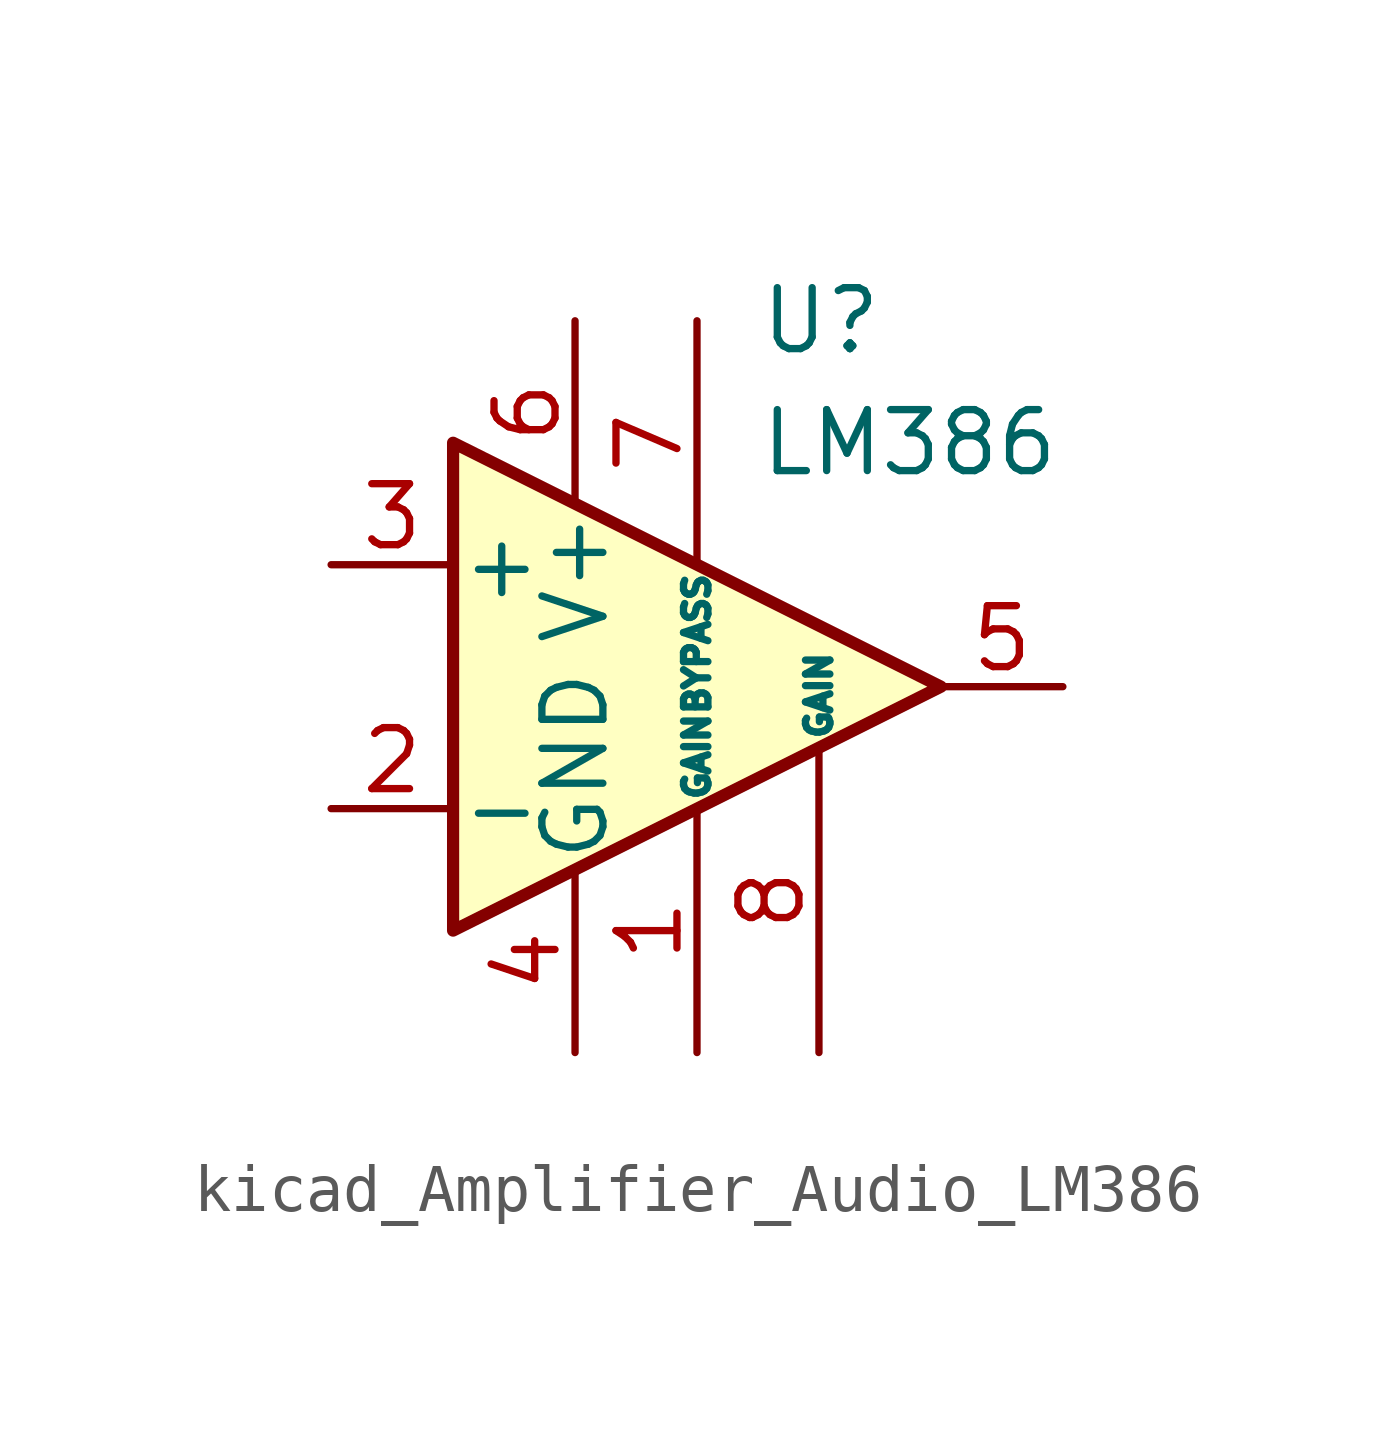
<source format=kicad_sym>
(kicad_symbol_lib
  (version 20220914)
  (generator kicad_symbol_editor)
  (symbol "kicad_Amplifier_Audio_LM386"
    (pin_names
      (offset 0.127))
    (property "Reference" "U"
      (at 1.27 7.62 0)
      (effects (font (size 1.27 1.27)) (justify left)))
    (property "Value" "LM386"
      (at 1.27 5.08 0)
      (effects (font (size 1.27 1.27)) (justify left)))
    (symbol "kicad_Amplifier_Audio_LM386_0_1"
      (polyline (pts (xy 5.08 0) (xy -5.08 5.08) (xy -5.08 -5.08) (xy 5.08 0)) (stroke (width 0.254) (type default)) (fill (type background))))
    (symbol "kicad_Amplifier_Audio_LM386_1_1"
      (pin input line (at 0 -7.62 90) (length 5.08) (name "GAIN" (effects (font (size 0.508 0.508)))) (number "1" (effects (font (size 1.27 1.27)))))
      (pin input line (at -7.62 -2.54 0) (length 2.54) (name "-" (effects (font (size 1.27 1.27)))) (number "2" (effects (font (size 1.27 1.27)))))
      (pin input line (at -7.62 2.54 0) (length 2.54) (name "+" (effects (font (size 1.27 1.27)))) (number "3" (effects (font (size 1.27 1.27)))))
      (pin power_in line (at -2.54 -7.62 90) (length 3.81) (name "GND" (effects (font (size 1.27 1.27)))) (number "4" (effects (font (size 1.27 1.27)))))
      (pin output line (at 7.62 0 180) (length 2.54) (name "~" (effects (font (size 1.27 1.27)))) (number "5" (effects (font (size 1.27 1.27)))))
      (pin power_in line (at -2.54 7.62 270) (length 3.81) (name "V+" (effects (font (size 1.27 1.27)))) (number "6" (effects (font (size 1.27 1.27)))))
      (pin input line (at 0 7.62 270) (length 5.08) (name "BYPASS" (effects (font (size 0.508 0.508)))) (number "7" (effects (font (size 1.27 1.27)))))
      (pin input line (at 2.54 -7.62 90) (length 6.35) (name "GAIN" (effects (font (size 0.508 0.508)))) (number "8" (effects (font (size 1.27 1.27))))))))
</source>
